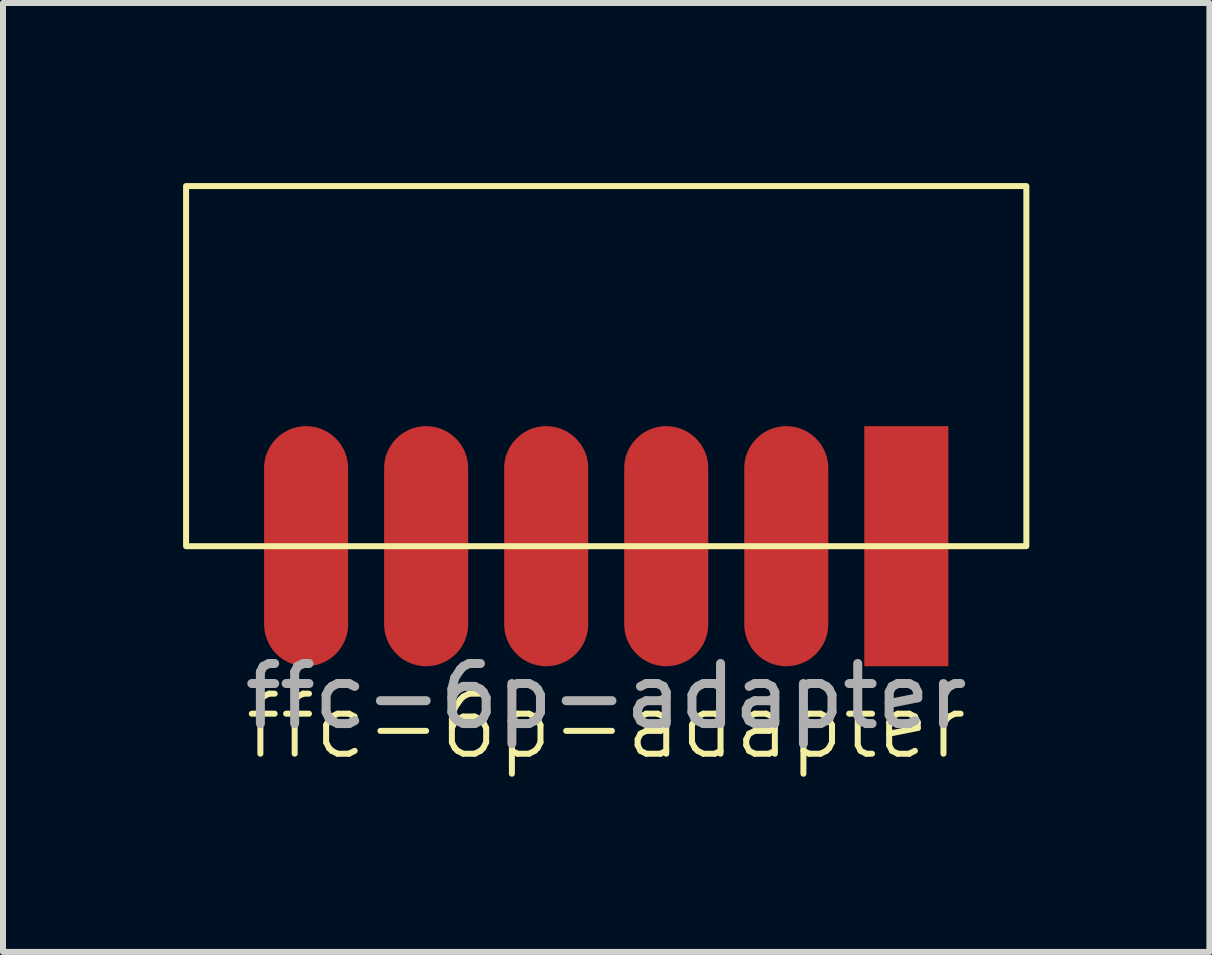
<source format=kicad_pcb>
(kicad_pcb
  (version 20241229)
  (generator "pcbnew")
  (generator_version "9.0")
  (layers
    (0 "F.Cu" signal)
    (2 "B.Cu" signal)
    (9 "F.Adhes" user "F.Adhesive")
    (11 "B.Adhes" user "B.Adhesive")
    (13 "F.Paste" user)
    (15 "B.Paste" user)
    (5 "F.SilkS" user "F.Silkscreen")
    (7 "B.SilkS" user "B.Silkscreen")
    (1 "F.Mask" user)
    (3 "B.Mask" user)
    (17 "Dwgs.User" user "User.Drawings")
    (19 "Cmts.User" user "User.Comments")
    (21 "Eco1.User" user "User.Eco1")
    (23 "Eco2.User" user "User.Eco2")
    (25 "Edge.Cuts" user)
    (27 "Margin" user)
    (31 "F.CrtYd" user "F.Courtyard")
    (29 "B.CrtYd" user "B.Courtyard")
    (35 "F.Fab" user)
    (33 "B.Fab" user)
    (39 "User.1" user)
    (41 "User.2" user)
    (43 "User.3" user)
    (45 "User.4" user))
  (footprint "ffc-6p-adapter"
    (layer "F.Cu")
    (at 7.05 6.05)
    (property "Reference" "ffc-6p-adapter" (at 0 3 0) (unlocked yes) (layer "F.SilkS") (effects (font (size 1 1) (thickness 0.1))))
    (attr smd)
    (fp_rect (start -7 -6) (end 7 0) (stroke (width 0.1) (type default)) (fill no) (layer "F.SilkS"))
    (fp_text user "${REFERENCE}" (at 0 2.5 0) (unlocked yes) (layer "F.Fab") (effects (font (size 1 1) (thickness 0.15))))
    (pad "1" smd rect (at 5 0) (size 1.4 4) (layers "F.Cu" "F.Mask" "F.Paste"))
    (pad "2" smd oval (at 3 0) (size 1.4 4) (layers "F.Cu" "F.Mask" "F.Paste"))
    (pad "3" smd oval (at 1 0) (size 1.4 4) (layers "F.Cu" "F.Mask" "F.Paste"))
    (pad "4" smd oval (at -1 0) (size 1.4 4) (layers "F.Cu" "F.Mask" "F.Paste"))
    (pad "5" smd oval (at -3 0) (size 1.4 4) (layers "F.Cu" "F.Mask" "F.Paste"))
    (pad "6" smd oval (at -5 0) (size 1.4 4) (layers "F.Cu" "F.Mask" "F.Paste")))
  (gr_rect
    (start -3 -3)
    (end 17.1 12.81)
    (stroke (width 0.1) (type default))
    (fill no)
    (layer "Edge.Cuts")))
</source>
